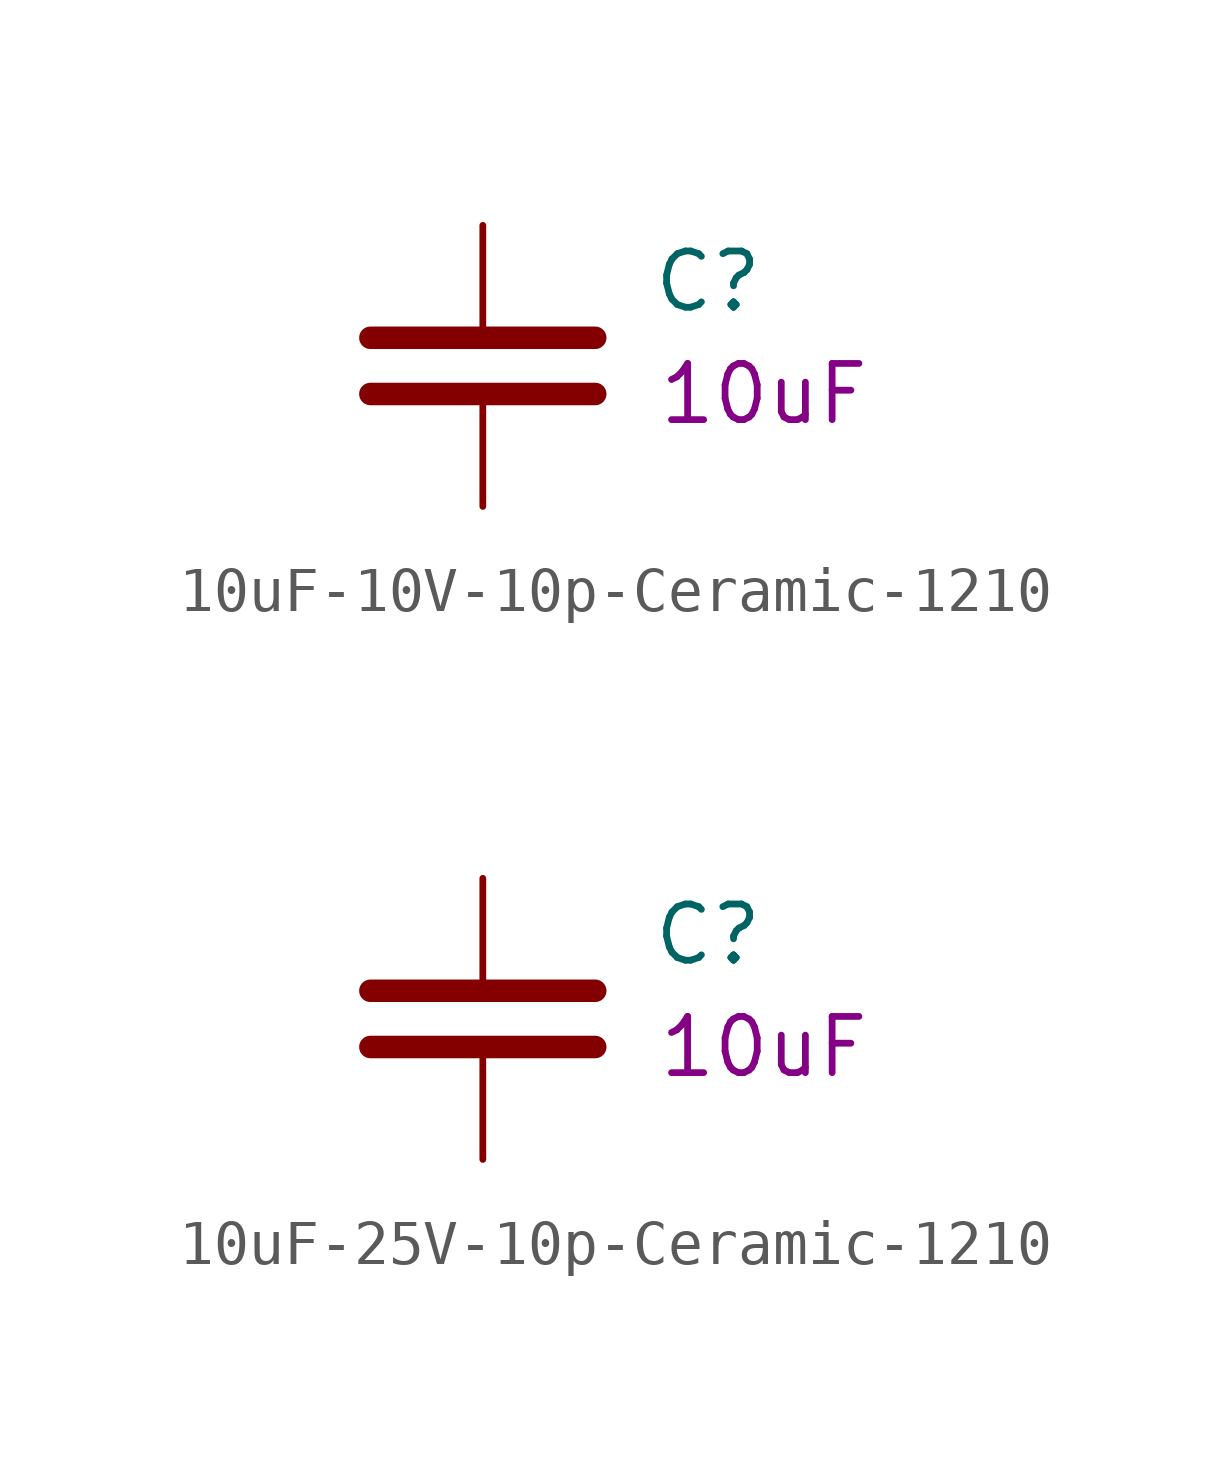
<source format=kicad_sym>
(kicad_symbol_lib
  (version 20211014)
  (generator kicad_symbol_editor)
  (symbol "10uF-10V-10p-Ceramic-1210"
    (pin_numbers hide)
    (pin_names
      (offset 0.254))
    (property "Reference" "C"
      (at 3.81 -1.27 0)
      (effects (font (size 1.27 1.27)) (justify left)))
    (property "Datasheet" ""
      (at 0 0 0)
      (effects (font (size 1.27 1.27))))
    (property "Desc1" "10uF"
      (at 6.35 -3.81 0)
      (effects (font (size 1.27 1.27))))
    (symbol "10uF-10V-10p-Ceramic-1210_0_1"
      (polyline (pts (xy -2.54 -3.81) (xy 2.54 -3.81)) (stroke (width 0.508) (type default) (color 0 0 0 0)) (fill (type none)))
      (polyline (pts (xy -2.54 -2.54) (xy 2.54 -2.54)) (stroke (width 0.508) (type default) (color 0 0 0 0)) (fill (type none))))
    (symbol "10uF-10V-10p-Ceramic-1210_1_1"
      (pin passive line (at 0 0 270) (length 2.286) (name "~" (effects (font (size 1.016 1.016)))) (number "1" (effects (font (size 1.016 1.016)))))
      (pin passive line (at 0 -6.35 90) (length 2.286) (name "~" (effects (font (size 1.016 1.016)))) (number "2" (effects (font (size 1.016 1.016)))))))
  (symbol "10uF-25V-10p-Ceramic-1210"
    (pin_numbers hide)
    (pin_names
      (offset 0.254))
    (property "Reference" "C"
      (at 3.81 -1.27 0)
      (effects (font (size 1.27 1.27)) (justify left)))
    (property "Datasheet" ""
      (at 0 0 0)
      (effects (font (size 1.27 1.27))))
    (property "Desc1" "10uF"
      (at 6.35 -3.81 0)
      (effects (font (size 1.27 1.27))))
    (symbol "10uF-25V-10p-Ceramic-1210_0_1"
      (polyline (pts (xy -2.54 -3.81) (xy 2.54 -3.81)) (stroke (width 0.508) (type default) (color 0 0 0 0)) (fill (type none)))
      (polyline (pts (xy -2.54 -2.54) (xy 2.54 -2.54)) (stroke (width 0.508) (type default) (color 0 0 0 0)) (fill (type none))))
    (symbol "10uF-25V-10p-Ceramic-1210_1_1"
      (pin passive line (at 0 0 270) (length 2.286) (name "~" (effects (font (size 1.016 1.016)))) (number "1" (effects (font (size 1.016 1.016)))))
      (pin passive line (at 0 -6.35 90) (length 2.286) (name "~" (effects (font (size 1.016 1.016)))) (number "2" (effects (font (size 1.016 1.016))))))))
</source>
